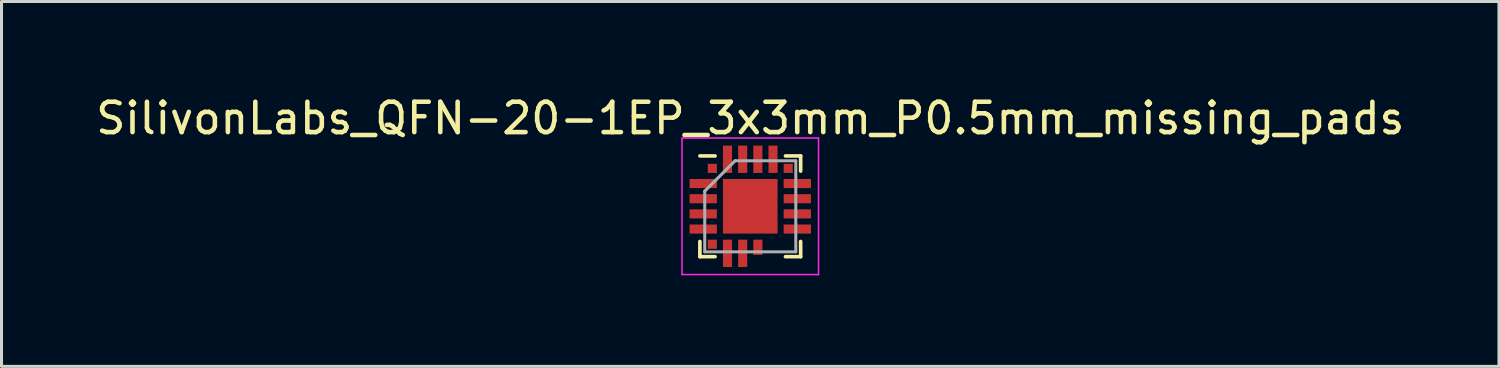
<source format=kicad_pcb>
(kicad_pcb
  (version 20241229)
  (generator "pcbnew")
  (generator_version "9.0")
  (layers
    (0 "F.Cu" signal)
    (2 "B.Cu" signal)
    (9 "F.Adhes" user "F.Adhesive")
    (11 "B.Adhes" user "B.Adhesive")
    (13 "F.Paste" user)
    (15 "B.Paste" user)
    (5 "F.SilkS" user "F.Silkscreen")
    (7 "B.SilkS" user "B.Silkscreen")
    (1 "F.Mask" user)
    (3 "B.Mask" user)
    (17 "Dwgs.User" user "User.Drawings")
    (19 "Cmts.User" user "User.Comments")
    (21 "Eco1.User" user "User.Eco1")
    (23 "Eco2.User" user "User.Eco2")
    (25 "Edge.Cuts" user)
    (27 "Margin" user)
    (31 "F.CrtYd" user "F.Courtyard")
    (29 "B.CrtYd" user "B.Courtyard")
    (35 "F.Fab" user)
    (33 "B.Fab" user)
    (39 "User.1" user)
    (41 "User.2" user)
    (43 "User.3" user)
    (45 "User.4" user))
  (footprint "SilivonLabs_QFN-20-1EP_3x3mm_P0.5mm_missing_pads"
    (layer "F.Cu")
    (at 21.673 3.748)
    (property "Reference" "SilivonLabs_QFN-20-1EP_3x3mm_P0.5mm_missing_pads" (at 0 -2.9 0) (unlocked yes) (layer "F.SilkS") (effects (font (size 1 1) (thickness 0.15))))
    (attr smd)
    (fp_line (start -1.66 -1.66) (end -1.16 -1.66) (stroke (width 0.12) (type solid)) (layer "F.SilkS"))
    (fp_line (start -1.66 1.66) (end -1.66 1.16) (stroke (width 0.12) (type solid)) (layer "F.SilkS"))
    (fp_line (start -1.16 1.66) (end -1.66 1.66) (stroke (width 0.12) (type solid)) (layer "F.SilkS"))
    (fp_line (start 1.16 -1.66) (end 1.66 -1.66) (stroke (width 0.12) (type solid)) (layer "F.SilkS"))
    (fp_line (start 1.16 1.66) (end 1.66 1.66) (stroke (width 0.12) (type solid)) (layer "F.SilkS"))
    (fp_line (start 1.66 -1.66) (end 1.66 -1.16) (stroke (width 0.12) (type solid)) (layer "F.SilkS"))
    (fp_line (start 1.66 1.66) (end 1.66 1.16) (stroke (width 0.12) (type solid)) (layer "F.SilkS"))
    (fp_line (start -2.25 -2.25) (end -2.25 2.25) (stroke (width 0.05) (type solid)) (layer "F.CrtYd"))
    (fp_line (start -2.25 2.25) (end 2.25 2.25) (stroke (width 0.05) (type solid)) (layer "F.CrtYd"))
    (fp_line (start 2.25 -2.25) (end -2.25 -2.25) (stroke (width 0.05) (type solid)) (layer "F.CrtYd"))
    (fp_line (start 2.25 2.25) (end 2.25 -2.25) (stroke (width 0.05) (type solid)) (layer "F.CrtYd"))
    (fp_line (start -1.5 -0.5) (end -0.5 -1.5) (stroke (width 0.1) (type solid)) (layer "F.Fab"))
    (fp_line (start -1.5 1.5) (end -1.5 -0.5) (stroke (width 0.1) (type solid)) (layer "F.Fab"))
    (fp_line (start -0.5 -1.5) (end 1.5 -1.5) (stroke (width 0.1) (type solid)) (layer "F.Fab"))
    (fp_line (start 1.5 -1.5) (end 1.5 1.5) (stroke (width 0.1) (type solid)) (layer "F.Fab"))
    (fp_line (start 1.5 1.5) (end -1.5 1.5) (stroke (width 0.1) (type solid)) (layer "F.Fab"))
    (pad "" smd rect (at -0.45 -0.45) (size 0.54 0.54) (layers "F.Paste"))
    (pad "" smd rect (at -0.45 0.45) (size 0.54 0.54) (layers "F.Paste"))
    (pad "" smd rect (at 0.45 -0.45) (size 0.54 0.54) (layers "F.Paste"))
    (pad "" smd rect (at 0.45 0.45) (size 0.54 0.54) (layers "F.Paste"))
    (pad "1" smd rect (at -1.25 -1.25) (size 0.3 0.3) (layers "F.Cu" "F.Mask" "F.Paste"))
    (pad "2" smd rect (at -1.55 -0.75) (size 0.9 0.3) (layers "F.Cu" "F.Mask" "F.Paste"))
    (pad "3" smd rect (at -1.55 -0.25) (size 0.9 0.3) (layers "F.Cu" "F.Mask" "F.Paste"))
    (pad "4" smd rect (at -1.55 0.25) (size 0.9 0.3) (layers "F.Cu" "F.Mask" "F.Paste"))
    (pad "5" smd rect (at -1.55 0.75) (size 0.9 0.3) (layers "F.Cu" "F.Mask" "F.Paste"))
    (pad "6" smd rect (at -1.25 1.25) (size 0.3 0.3) (layers "F.Cu" "F.Mask" "F.Paste"))
    (pad "7" smd rect (at -0.75 1.55 90) (size 0.9 0.3) (layers "F.Cu" "F.Mask" "F.Paste"))
    (pad "8" smd rect (at -0.25 1.55 90) (size 0.9 0.3) (layers "F.Cu" "F.Mask" "F.Paste"))
    (pad "9" smd rect (at 0.25 1.35 90) (size 0.5 0.3) (layers "F.Cu" "F.Mask" "F.Paste"))
    (pad "12" smd rect (at 1.55 0.75) (size 0.9 0.3) (layers "F.Cu" "F.Mask" "F.Paste"))
    (pad "13" smd rect (at 1.55 0.25) (size 0.9 0.3) (layers "F.Cu" "F.Mask" "F.Paste"))
    (pad "14" smd rect (at 1.55 -0.25) (size 0.9 0.3) (layers "F.Cu" "F.Mask" "F.Paste"))
    (pad "15" smd rect (at 1.55 -0.75) (size 0.9 0.3) (layers "F.Cu" "F.Mask" "F.Paste"))
    (pad "16" smd rect (at 1.25 -1.25) (size 0.3 0.3) (layers "F.Cu" "F.Mask" "F.Paste"))
    (pad "17" smd rect (at 0.75 -1.55 90) (size 0.9 0.3) (layers "F.Cu" "F.Mask" "F.Paste"))
    (pad "18" smd rect (at 0.25 -1.55 90) (size 0.9 0.3) (layers "F.Cu" "F.Mask" "F.Paste"))
    (pad "19" smd rect (at -0.25 -1.55 90) (size 0.9 0.3) (layers "F.Cu" "F.Mask" "F.Paste"))
    (pad "20" smd rect (at -0.75 -1.55 90) (size 0.9 0.3) (layers "F.Cu" "F.Mask" "F.Paste"))
    (pad "21" smd rect (at 0 0) (size 1.8 1.8) (layers "F.Cu" "F.Mask")))
  (gr_rect
    (start -3 -3)
    (end 46.345 9.023)
    (stroke (width 0.1) (type default))
    (fill no)
    (layer "Edge.Cuts")))
</source>
